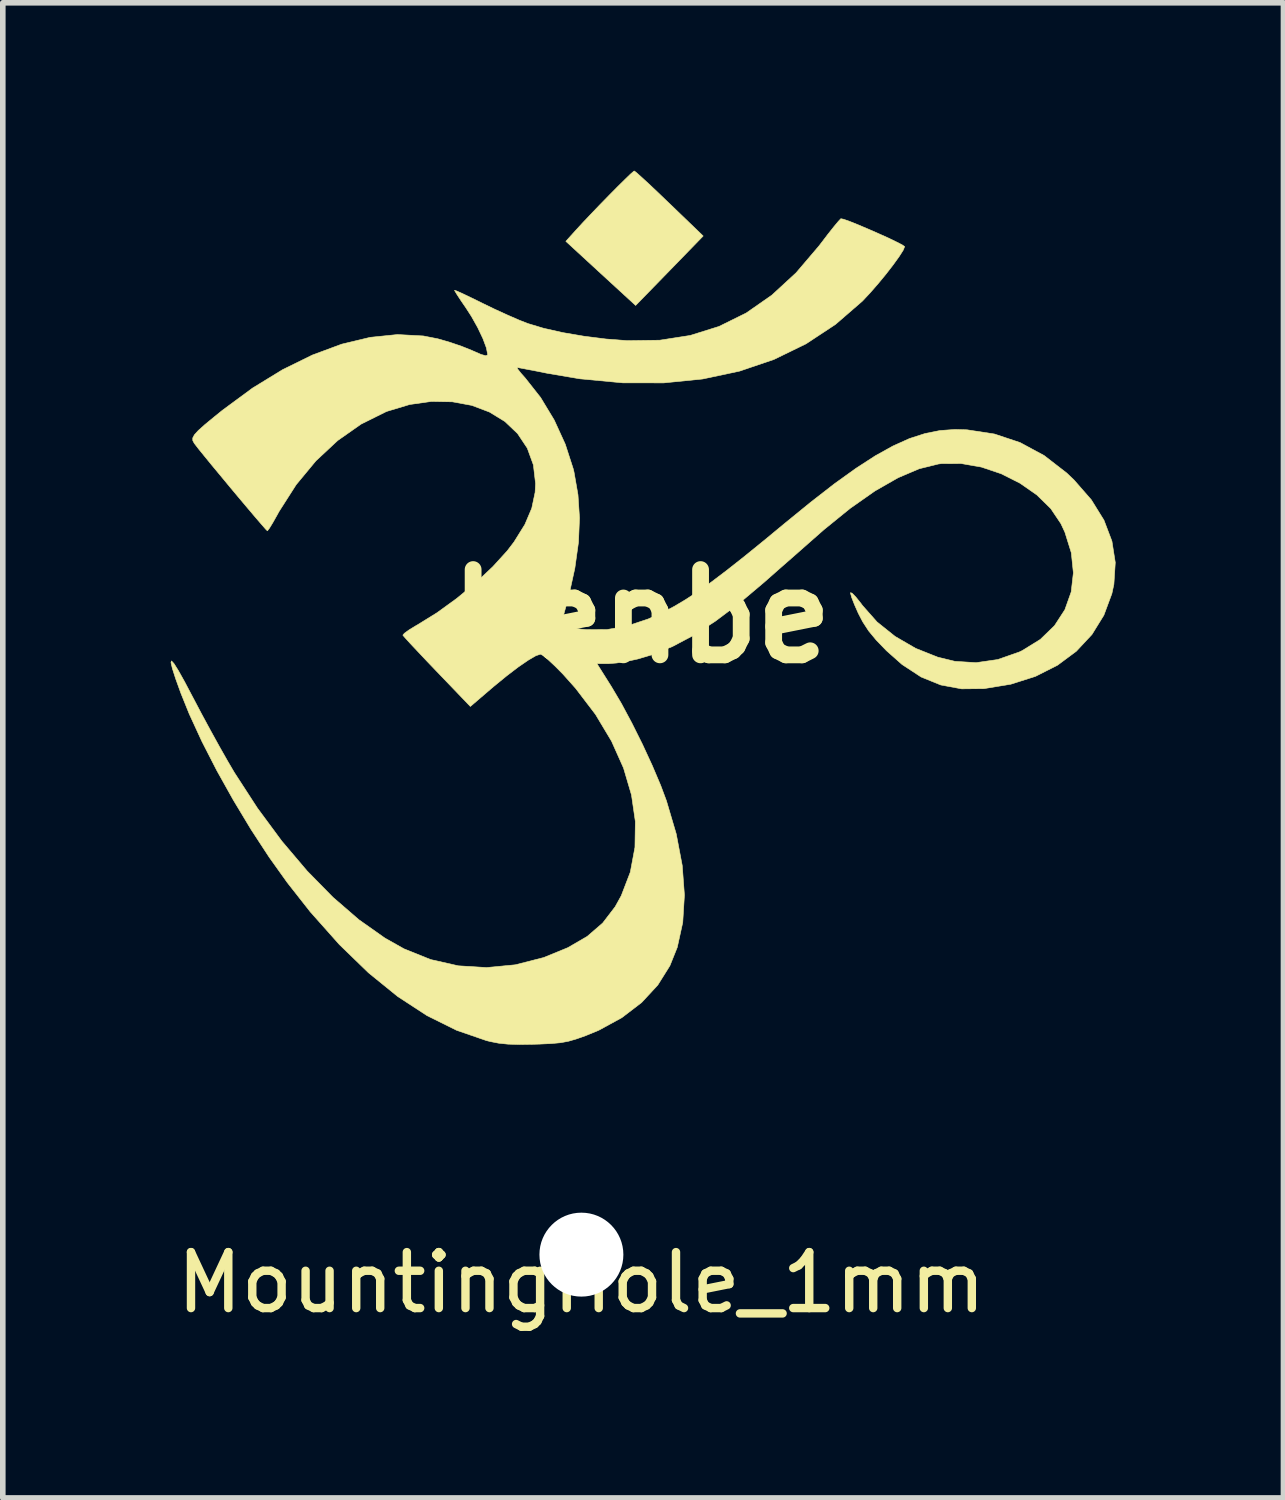
<source format=kicad_pcb>
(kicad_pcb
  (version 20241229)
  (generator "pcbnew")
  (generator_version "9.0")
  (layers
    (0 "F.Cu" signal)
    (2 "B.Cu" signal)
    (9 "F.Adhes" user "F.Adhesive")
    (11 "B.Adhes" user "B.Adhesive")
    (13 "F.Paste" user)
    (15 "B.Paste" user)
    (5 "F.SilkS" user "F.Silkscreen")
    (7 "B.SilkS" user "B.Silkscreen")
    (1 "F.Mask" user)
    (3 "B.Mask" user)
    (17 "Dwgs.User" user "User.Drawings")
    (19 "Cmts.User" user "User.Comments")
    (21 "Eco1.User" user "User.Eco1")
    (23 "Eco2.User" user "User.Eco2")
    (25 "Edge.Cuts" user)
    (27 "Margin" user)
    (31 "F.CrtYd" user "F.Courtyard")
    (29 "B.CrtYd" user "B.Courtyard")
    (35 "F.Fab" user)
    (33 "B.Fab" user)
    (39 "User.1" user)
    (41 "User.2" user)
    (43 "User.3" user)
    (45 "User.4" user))
  (footprint "MountingHole_1mm"
    (layer "F.Cu")
    (at 7.339 19.369)
    (property "Reference" "MountingHole_1mm" (at 0 0.5 0) (layer "F.SilkS") (effects (font (size 1 1) (thickness 0.15))))
    (attr through_hole)
    (pad "" np_thru_hole circle (at 0 0) (size 1.5 1.5) (drill 1.5) (layers "*.Cu" "*.Mask")))
  (footprint "benbe"
    (layer "F.Cu")
    (at 8.416 7.962)
    (property "Reference" "benbe" (at 0 0 0) (layer "F.SilkS") (effects (font (size 1.524 1.524) (thickness 0.3))))
    (attr through_hole)
    (fp_poly (pts (xy -0.095 -7.929) (xy -0.007 -7.85) (xy 0.123 -7.731) (xy 0.284 -7.579) (xy 0.467 -7.403) (xy 0.497 -7.375) (xy 1.099 -6.795) (xy 0.496 -6.174) (xy -0.108 -5.554) (xy -0.732 -6.127) (xy -1.355 -6.7) (xy -1.179 -6.895) (xy -1.056 -7.029) (xy -0.909 -7.184) (xy -0.749 -7.351) (xy -0.587 -7.517) (xy -0.435 -7.671) (xy -0.302 -7.802) (xy -0.201 -7.9) (xy -0.141 -7.952) (xy -0.132 -7.957) (xy -0.095 -7.929)) (stroke (width 0.01) (type solid)) (fill yes) (layer "F.SilkS"))
    (fp_poly (pts (xy 3.61 -7.094) (xy 3.719 -7.055) (xy 3.869 -6.995) (xy 4.043 -6.921) (xy 4.226 -6.841) (xy 4.4 -6.763) (xy 4.547 -6.692) (xy 4.653 -6.638) (xy 4.698 -6.607) (xy 4.699 -6.605) (xy 4.673 -6.541) (xy 4.601 -6.428) (xy 4.495 -6.281) (xy 4.366 -6.114) (xy 4.225 -5.943) (xy 4.083 -5.78) (xy 3.953 -5.641) (xy 3.941 -5.629) (xy 3.463 -5.215) (xy 2.937 -4.868) (xy 2.364 -4.589) (xy 1.748 -4.38) (xy 1.09 -4.24) (xy 0.394 -4.17) (xy -0.338 -4.171) (xy -1.104 -4.243) (xy -1.682 -4.341) (xy -1.881 -4.381) (xy -2.049 -4.413) (xy -2.17 -4.436) (xy -2.226 -4.445) (xy -2.227 -4.445) (xy -2.215 -4.417) (xy -2.158 -4.344) (xy -2.079 -4.255) (xy -1.806 -3.909) (xy -1.563 -3.507) (xy -1.365 -3.074) (xy -1.223 -2.635) (xy -1.209 -2.577) (xy -1.138 -2.17) (xy -1.111 -1.757) (xy -1.129 -1.324) (xy -1.194 -0.859) (xy -1.306 -0.347) (xy -1.426 0.089) (xy -1.425 0.141) (xy -1.378 0.179) (xy -1.275 0.207) (xy -1.105 0.228) (xy -0.976 0.239) (xy -0.617 0.237) (xy -0.259 0.174) (xy 0.118 0.048) (xy 0.402 -0.082) (xy 0.593 -0.183) (xy 0.792 -0.302) (xy 1.009 -0.444) (xy 1.25 -0.615) (xy 1.523 -0.822) (xy 1.836 -1.069) (xy 2.198 -1.363) (xy 2.54 -1.646) (xy 3.017 -2.035) (xy 3.444 -2.367) (xy 3.827 -2.642) (xy 4.174 -2.867) (xy 4.491 -3.043) (xy 4.784 -3.175) (xy 5.062 -3.265) (xy 5.331 -3.319) (xy 5.597 -3.338) (xy 5.813 -3.332) (xy 6.303 -3.257) (xy 6.762 -3.104) (xy 7.192 -2.872) (xy 7.596 -2.559) (xy 7.727 -2.434) (xy 8.035 -2.081) (xy 8.261 -1.716) (xy 8.403 -1.342) (xy 8.463 -0.96) (xy 8.438 -0.571) (xy 8.402 -0.404) (xy 8.259 -0.019) (xy 8.046 0.326) (xy 7.767 0.625) (xy 7.429 0.876) (xy 7.037 1.074) (xy 6.597 1.214) (xy 6.117 1.293) (xy 5.717 1.297) (xy 5.345 1.228) (xy 4.993 1.085) (xy 4.653 0.862) (xy 4.374 0.615) (xy 4.191 0.425) (xy 4.056 0.262) (xy 3.95 0.099) (xy 3.871 -0.053) (xy 3.803 -0.207) (xy 3.754 -0.332) (xy 3.732 -0.41) (xy 3.732 -0.422) (xy 3.761 -0.412) (xy 3.826 -0.345) (xy 3.915 -0.234) (xy 3.946 -0.192) (xy 4.206 0.102) (xy 4.53 0.361) (xy 4.897 0.574) (xy 5.291 0.731) (xy 5.596 0.805) (xy 5.976 0.829) (xy 6.364 0.773) (xy 6.749 0.638) (xy 6.801 0.613) (xy 7.123 0.414) (xy 7.377 0.168) (xy 7.562 -0.117) (xy 7.675 -0.435) (xy 7.714 -0.776) (xy 7.677 -1.135) (xy 7.562 -1.503) (xy 7.491 -1.655) (xy 7.31 -1.924) (xy 7.061 -2.168) (xy 6.761 -2.377) (xy 6.426 -2.546) (xy 6.07 -2.666) (xy 5.71 -2.729) (xy 5.36 -2.728) (xy 5.303 -2.721) (xy 4.959 -2.636) (xy 4.581 -2.475) (xy 4.17 -2.24) (xy 3.728 -1.93) (xy 3.256 -1.547) (xy 3.172 -1.473) (xy 2.973 -1.298) (xy 2.736 -1.089) (xy 2.487 -0.871) (xy 2.253 -0.665) (xy 2.191 -0.61) (xy 1.737 -0.227) (xy 1.317 0.088) (xy 0.924 0.343) (xy 0.549 0.541) (xy 0.181 0.689) (xy -0.072 0.764) (xy -0.26 0.805) (xy -0.447 0.835) (xy -0.593 0.847) (xy -0.597 0.847) (xy -0.799 0.847) (xy -0.543 1.254) (xy -0.364 1.556) (xy -0.175 1.909) (xy 0.014 2.288) (xy 0.189 2.667) (xy 0.34 3.023) (xy 0.442 3.296) (xy 0.618 3.891) (xy 0.725 4.455) (xy 0.764 4.982) (xy 0.734 5.471) (xy 0.636 5.916) (xy 0.504 6.245) (xy 0.288 6.59) (xy -0.001 6.902) (xy -0.355 7.173) (xy -0.767 7.398) (xy -1 7.494) (xy -1.167 7.553) (xy -1.308 7.594) (xy -1.447 7.62) (xy -1.61 7.635) (xy -1.823 7.645) (xy -1.926 7.648) (xy -2.188 7.652) (xy -2.389 7.646) (xy -2.554 7.629) (xy -2.707 7.599) (xy -2.775 7.582) (xy -3.308 7.398) (xy -3.836 7.136) (xy -4.36 6.794) (xy -4.881 6.371) (xy -5.401 5.867) (xy -5.922 5.281) (xy -6.333 4.758) (xy -6.657 4.304) (xy -6.981 3.808) (xy -7.296 3.285) (xy -7.592 2.756) (xy -7.858 2.237) (xy -8.084 1.746) (xy -8.233 1.377) (xy -8.327 1.117) (xy -8.386 0.933) (xy -8.411 0.827) (xy -8.401 0.798) (xy -8.357 0.846) (xy -8.278 0.972) (xy -8.165 1.174) (xy -8.018 1.453) (xy -8.014 1.46) (xy -7.865 1.743) (xy -7.704 2.041) (xy -7.544 2.331) (xy -7.397 2.59) (xy -7.281 2.788) (xy -6.866 3.428) (xy -6.43 4.018) (xy -5.978 4.551) (xy -5.517 5.021) (xy -5.052 5.423) (xy -4.587 5.751) (xy -4.246 5.943) (xy -3.771 6.134) (xy -3.276 6.246) (xy -2.77 6.277) (xy -2.259 6.228) (xy -1.75 6.098) (xy -1.318 5.921) (xy -0.974 5.721) (xy -0.697 5.482) (xy -0.474 5.191) (xy -0.365 4.994) (xy -0.203 4.572) (xy -0.12 4.128) (xy -0.113 3.667) (xy -0.182 3.193) (xy -0.324 2.712) (xy -0.539 2.231) (xy -0.825 1.754) (xy -1.181 1.287) (xy -1.404 1.037) (xy -1.544 0.895) (xy -1.667 0.78) (xy -1.76 0.703) (xy -1.807 0.677) (xy -1.891 0.705) (xy -2.026 0.784) (xy -2.204 0.906) (xy -2.412 1.065) (xy -2.643 1.254) (xy -2.689 1.293) (xy -3.061 1.612) (xy -3.658 0.99) (xy -3.839 0.801) (xy -3.999 0.631) (xy -4.13 0.492) (xy -4.221 0.392) (xy -4.265 0.341) (xy -4.267 0.337) (xy -4.239 0.303) (xy -4.154 0.242) (xy -4.028 0.165) (xy -4.006 0.153) (xy -3.657 -0.063) (xy -3.304 -0.319) (xy -2.965 -0.598) (xy -2.659 -0.887) (xy -2.403 -1.168) (xy -2.281 -1.328) (xy -2.087 -1.64) (xy -1.964 -1.93) (xy -1.904 -2.214) (xy -1.896 -2.371) (xy -1.935 -2.705) (xy -2.044 -3.004) (xy -2.217 -3.264) (xy -2.444 -3.48) (xy -2.72 -3.649) (xy -3.035 -3.768) (xy -3.383 -3.832) (xy -3.756 -3.839) (xy -4.145 -3.784) (xy -4.544 -3.664) (xy -4.572 -3.653) (xy -5.013 -3.434) (xy -5.432 -3.14) (xy -5.821 -2.777) (xy -6.173 -2.352) (xy -6.479 -1.873) (xy -6.513 -1.811) (xy -6.589 -1.676) (xy -6.65 -1.576) (xy -6.686 -1.528) (xy -6.689 -1.527) (xy -6.72 -1.558) (xy -6.795 -1.644) (xy -6.907 -1.774) (xy -7.044 -1.936) (xy -7.199 -2.12) (xy -7.362 -2.315) (xy -7.524 -2.511) (xy -7.677 -2.695) (xy -7.81 -2.858) (xy -7.915 -2.987) (xy -7.982 -3.074) (xy -7.996 -3.093) (xy -8.021 -3.139) (xy -8.022 -3.186) (xy -7.992 -3.243) (xy -7.923 -3.319) (xy -7.807 -3.423) (xy -7.637 -3.563) (xy -7.49 -3.682) (xy -6.954 -4.077) (xy -6.417 -4.406) (xy -5.884 -4.668) (xy -5.361 -4.862) (xy -4.852 -4.984) (xy -4.364 -5.034) (xy -3.902 -5.009) (xy -3.642 -4.958) (xy -3.434 -4.898) (xy -3.217 -4.824) (xy -3.035 -4.751) (xy -3.018 -4.743) (xy -2.871 -4.679) (xy -2.786 -4.655) (xy -2.753 -4.669) (xy -2.752 -4.678) (xy -2.775 -4.797) (xy -2.837 -4.963) (xy -2.929 -5.157) (xy -3.041 -5.357) (xy -3.133 -5.5) (xy -3.228 -5.639) (xy -3.3 -5.749) (xy -3.34 -5.815) (xy -3.344 -5.825) (xy -3.309 -5.814) (xy -3.212 -5.771) (xy -3.067 -5.702) (xy -2.889 -5.615) (xy -2.847 -5.594) (xy -2.624 -5.486) (xy -2.394 -5.381) (xy -2.185 -5.29) (xy -2.034 -5.231) (xy -1.752 -5.146) (xy -1.41 -5.069) (xy -1.029 -5.004) (xy -0.635 -4.954) (xy -0.254 -4.925) (xy 0.323 -4.933) (xy 0.868 -5.018) (xy 1.382 -5.179) (xy 1.868 -5.419) (xy 2.326 -5.738) (xy 2.759 -6.137) (xy 3.168 -6.617) (xy 3.205 -6.665) (xy 3.329 -6.828) (xy 3.437 -6.964) (xy 3.517 -7.06) (xy 3.559 -7.104) (xy 3.56 -7.104) (xy 3.61 -7.094)) (stroke (width 0.01) (type solid)) (fill yes) (layer "F.SilkS")))
  (gr_rect
    (start -3 -3)
    (end 19.884 23.717)
    (stroke (width 0.1) (type default))
    (fill no)
    (layer "Edge.Cuts")))
</source>
